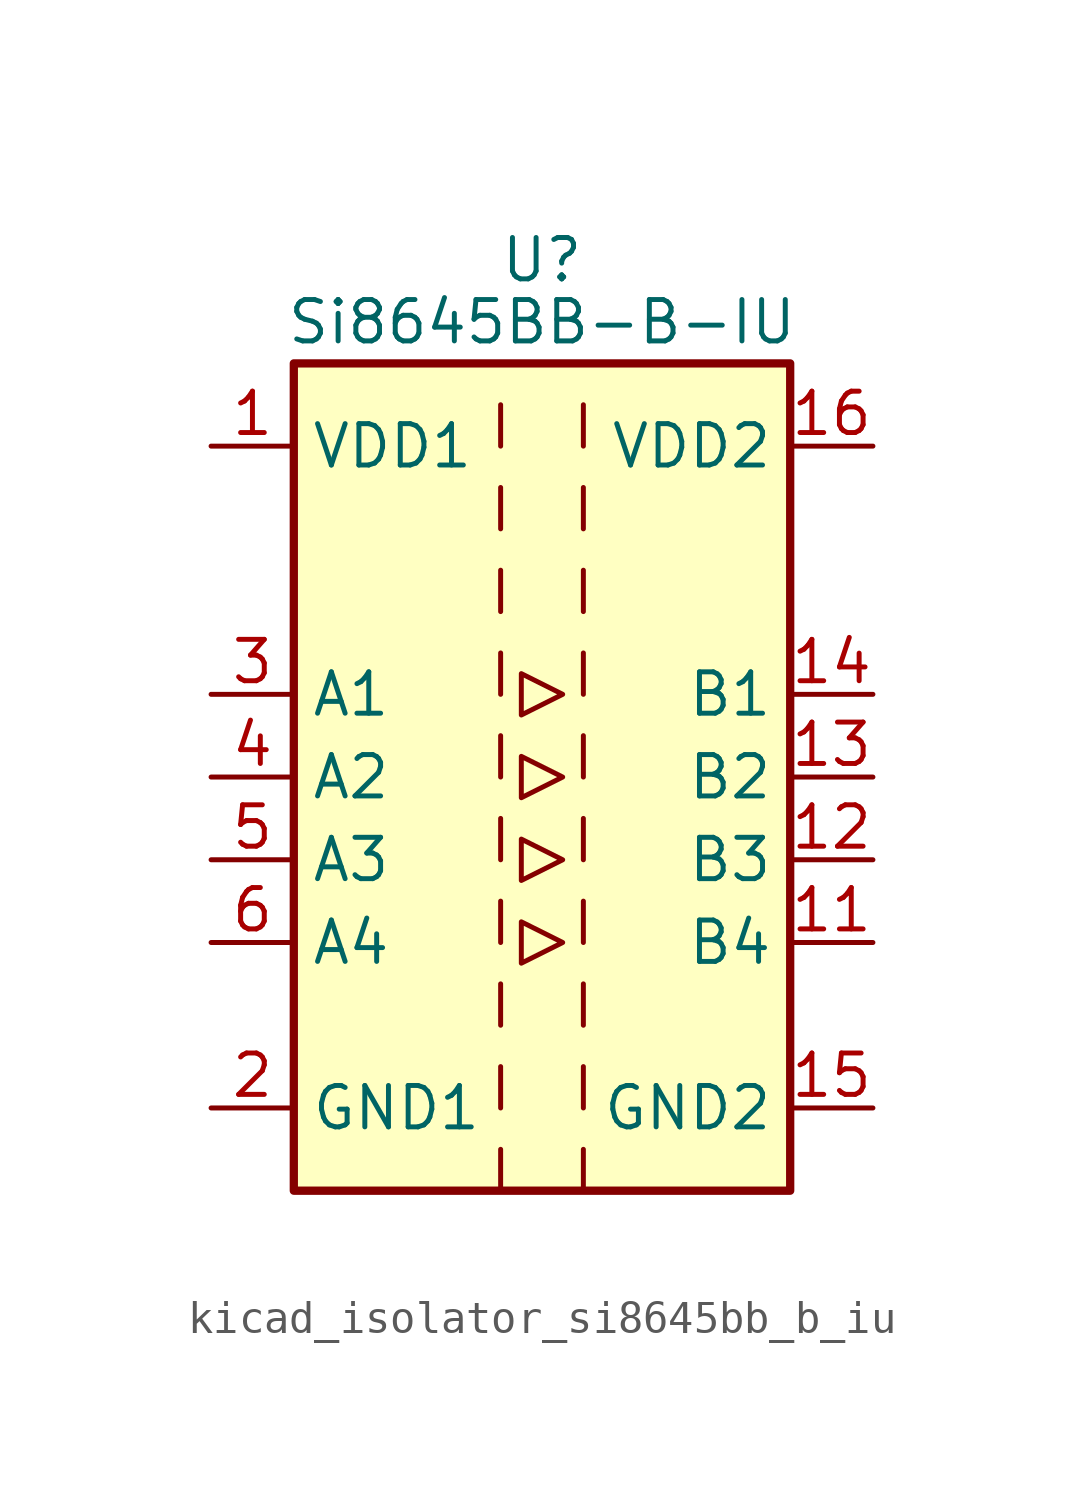
<source format=kicad_sym>
(kicad_symbol_lib
  (version 20220914)
  (generator kicad_symbol_editor)
  (symbol "kicad_isolator_si8645bb_b_iu"
    (property "Reference" "U"
      (at 0 15.875 0)
      (effects (font (size 1.27 1.27))))
    (property "Value" "Si8645BB-B-IU"
      (at 0 13.97 0)
      (effects (font (size 1.27 1.27))))
    (symbol "kicad_isolator_si8645bb_b_iu_0_1"
      (rectangle (start -7.62 12.7) (end 7.62 -12.7) (stroke (width 0.254) (type default)) (fill (type background)))
      (polyline (pts (xy -1.27 -11.43) (xy -1.27 -12.7)) (stroke (width 0) (type default)) (fill (type none)))
      (polyline (pts (xy -1.27 -8.89) (xy -1.27 -10.16)) (stroke (width 0) (type default)) (fill (type none)))
      (polyline (pts (xy -1.27 -6.35) (xy -1.27 -7.62)) (stroke (width 0) (type default)) (fill (type none)))
      (polyline (pts (xy -1.27 -3.81) (xy -1.27 -5.08)) (stroke (width 0) (type default)) (fill (type none)))
      (polyline (pts (xy -1.27 -1.27) (xy -1.27 -2.54)) (stroke (width 0) (type default)) (fill (type none)))
      (polyline (pts (xy -1.27 1.27) (xy -1.27 0)) (stroke (width 0) (type default)) (fill (type none)))
      (polyline (pts (xy -1.27 3.81) (xy -1.27 2.54)) (stroke (width 0) (type default)) (fill (type none)))
      (polyline (pts (xy -1.27 6.35) (xy -1.27 5.08)) (stroke (width 0) (type default)) (fill (type none)))
      (polyline (pts (xy -1.27 8.89) (xy -1.27 7.62)) (stroke (width 0) (type default)) (fill (type none)))
      (polyline (pts (xy -1.27 11.43) (xy -1.27 10.16)) (stroke (width 0) (type default)) (fill (type none)))
      (polyline (pts (xy 1.27 -11.43) (xy 1.27 -12.7)) (stroke (width 0) (type default)) (fill (type none)))
      (polyline (pts (xy 1.27 -8.89) (xy 1.27 -10.16)) (stroke (width 0) (type default)) (fill (type none)))
      (polyline (pts (xy 1.27 -6.35) (xy 1.27 -7.62)) (stroke (width 0) (type default)) (fill (type none)))
      (polyline (pts (xy 1.27 -3.81) (xy 1.27 -5.08)) (stroke (width 0) (type default)) (fill (type none)))
      (polyline (pts (xy 1.27 -1.27) (xy 1.27 -2.54)) (stroke (width 0) (type default)) (fill (type none)))
      (polyline (pts (xy 1.27 1.27) (xy 1.27 0)) (stroke (width 0) (type default)) (fill (type none)))
      (polyline (pts (xy 1.27 3.81) (xy 1.27 2.54)) (stroke (width 0) (type default)) (fill (type none)))
      (polyline (pts (xy 1.27 6.35) (xy 1.27 5.08)) (stroke (width 0) (type default)) (fill (type none)))
      (polyline (pts (xy 1.27 8.89) (xy 1.27 7.62)) (stroke (width 0) (type default)) (fill (type none)))
      (polyline (pts (xy 1.27 11.43) (xy 1.27 10.16)) (stroke (width 0) (type default)) (fill (type none)))
      (polyline (pts (xy -0.635 0.635) (xy -0.635 -0.635) (xy 0.635 0) (xy -0.635 0.635)) (stroke (width 0) (type default)) (fill (type none)))
      (polyline (pts (xy -0.635 3.175) (xy -0.635 1.905) (xy 0.635 2.54) (xy -0.635 3.175)) (stroke (width 0) (type default)) (fill (type none)))
      (polyline (pts (xy 0.635 -5.08) (xy -0.635 -4.445) (xy -0.635 -5.715) (xy 0.635 -5.08)) (stroke (width 0) (type default)) (fill (type none)))
      (polyline (pts (xy 0.635 -2.54) (xy -0.635 -1.905) (xy -0.635 -3.175) (xy 0.635 -2.54)) (stroke (width 0) (type default)) (fill (type none))))
    (symbol "kicad_isolator_si8645bb_b_iu_1_1"
      (pin power_in line (at -10.16 10.16 0) (length 2.54) (name "VDD1" (effects (font (size 1.27 1.27)))) (number "1" (effects (font (size 1.27 1.27)))))
      (pin no_connect line (at 7.62 7.62 180) (length 2.54) hide (name "NC" (effects (font (size 1.27 1.27)))) (number "10" (effects (font (size 1.27 1.27)))))
      (pin output line (at 10.16 -5.08 180) (length 2.54) (name "B4" (effects (font (size 1.27 1.27)))) (number "11" (effects (font (size 1.27 1.27)))))
      (pin output line (at 10.16 -2.54 180) (length 2.54) (name "B3" (effects (font (size 1.27 1.27)))) (number "12" (effects (font (size 1.27 1.27)))))
      (pin output line (at 10.16 0 180) (length 2.54) (name "B2" (effects (font (size 1.27 1.27)))) (number "13" (effects (font (size 1.27 1.27)))))
      (pin output line (at 10.16 2.54 180) (length 2.54) (name "B1" (effects (font (size 1.27 1.27)))) (number "14" (effects (font (size 1.27 1.27)))))
      (pin power_in line (at 10.16 -10.16 180) (length 2.54) (name "GND2" (effects (font (size 1.27 1.27)))) (number "15" (effects (font (size 1.27 1.27)))))
      (pin power_in line (at 10.16 10.16 180) (length 2.54) (name "VDD2" (effects (font (size 1.27 1.27)))) (number "16" (effects (font (size 1.27 1.27)))))
      (pin power_in line (at -10.16 -10.16 0) (length 2.54) (name "GND1" (effects (font (size 1.27 1.27)))) (number "2" (effects (font (size 1.27 1.27)))))
      (pin input line (at -10.16 2.54 0) (length 2.54) (name "A1" (effects (font (size 1.27 1.27)))) (number "3" (effects (font (size 1.27 1.27)))))
      (pin input line (at -10.16 0 0) (length 2.54) (name "A2" (effects (font (size 1.27 1.27)))) (number "4" (effects (font (size 1.27 1.27)))))
      (pin input line (at -10.16 -2.54 0) (length 2.54) (name "A3" (effects (font (size 1.27 1.27)))) (number "5" (effects (font (size 1.27 1.27)))))
      (pin input line (at -10.16 -5.08 0) (length 2.54) (name "A4" (effects (font (size 1.27 1.27)))) (number "6" (effects (font (size 1.27 1.27)))))
      (pin no_connect line (at -7.62 7.62 0) (length 2.54) hide (name "NC" (effects (font (size 1.27 1.27)))) (number "7" (effects (font (size 1.27 1.27)))))
      (pin passive line (at -10.16 -10.16 0) (length 2.54) hide (name "GND1" (effects (font (size 1.27 1.27)))) (number "8" (effects (font (size 1.27 1.27)))))
      (pin passive line (at 10.16 -10.16 180) (length 2.54) hide (name "GND2" (effects (font (size 1.27 1.27)))) (number "9" (effects (font (size 1.27 1.27))))))))
</source>
